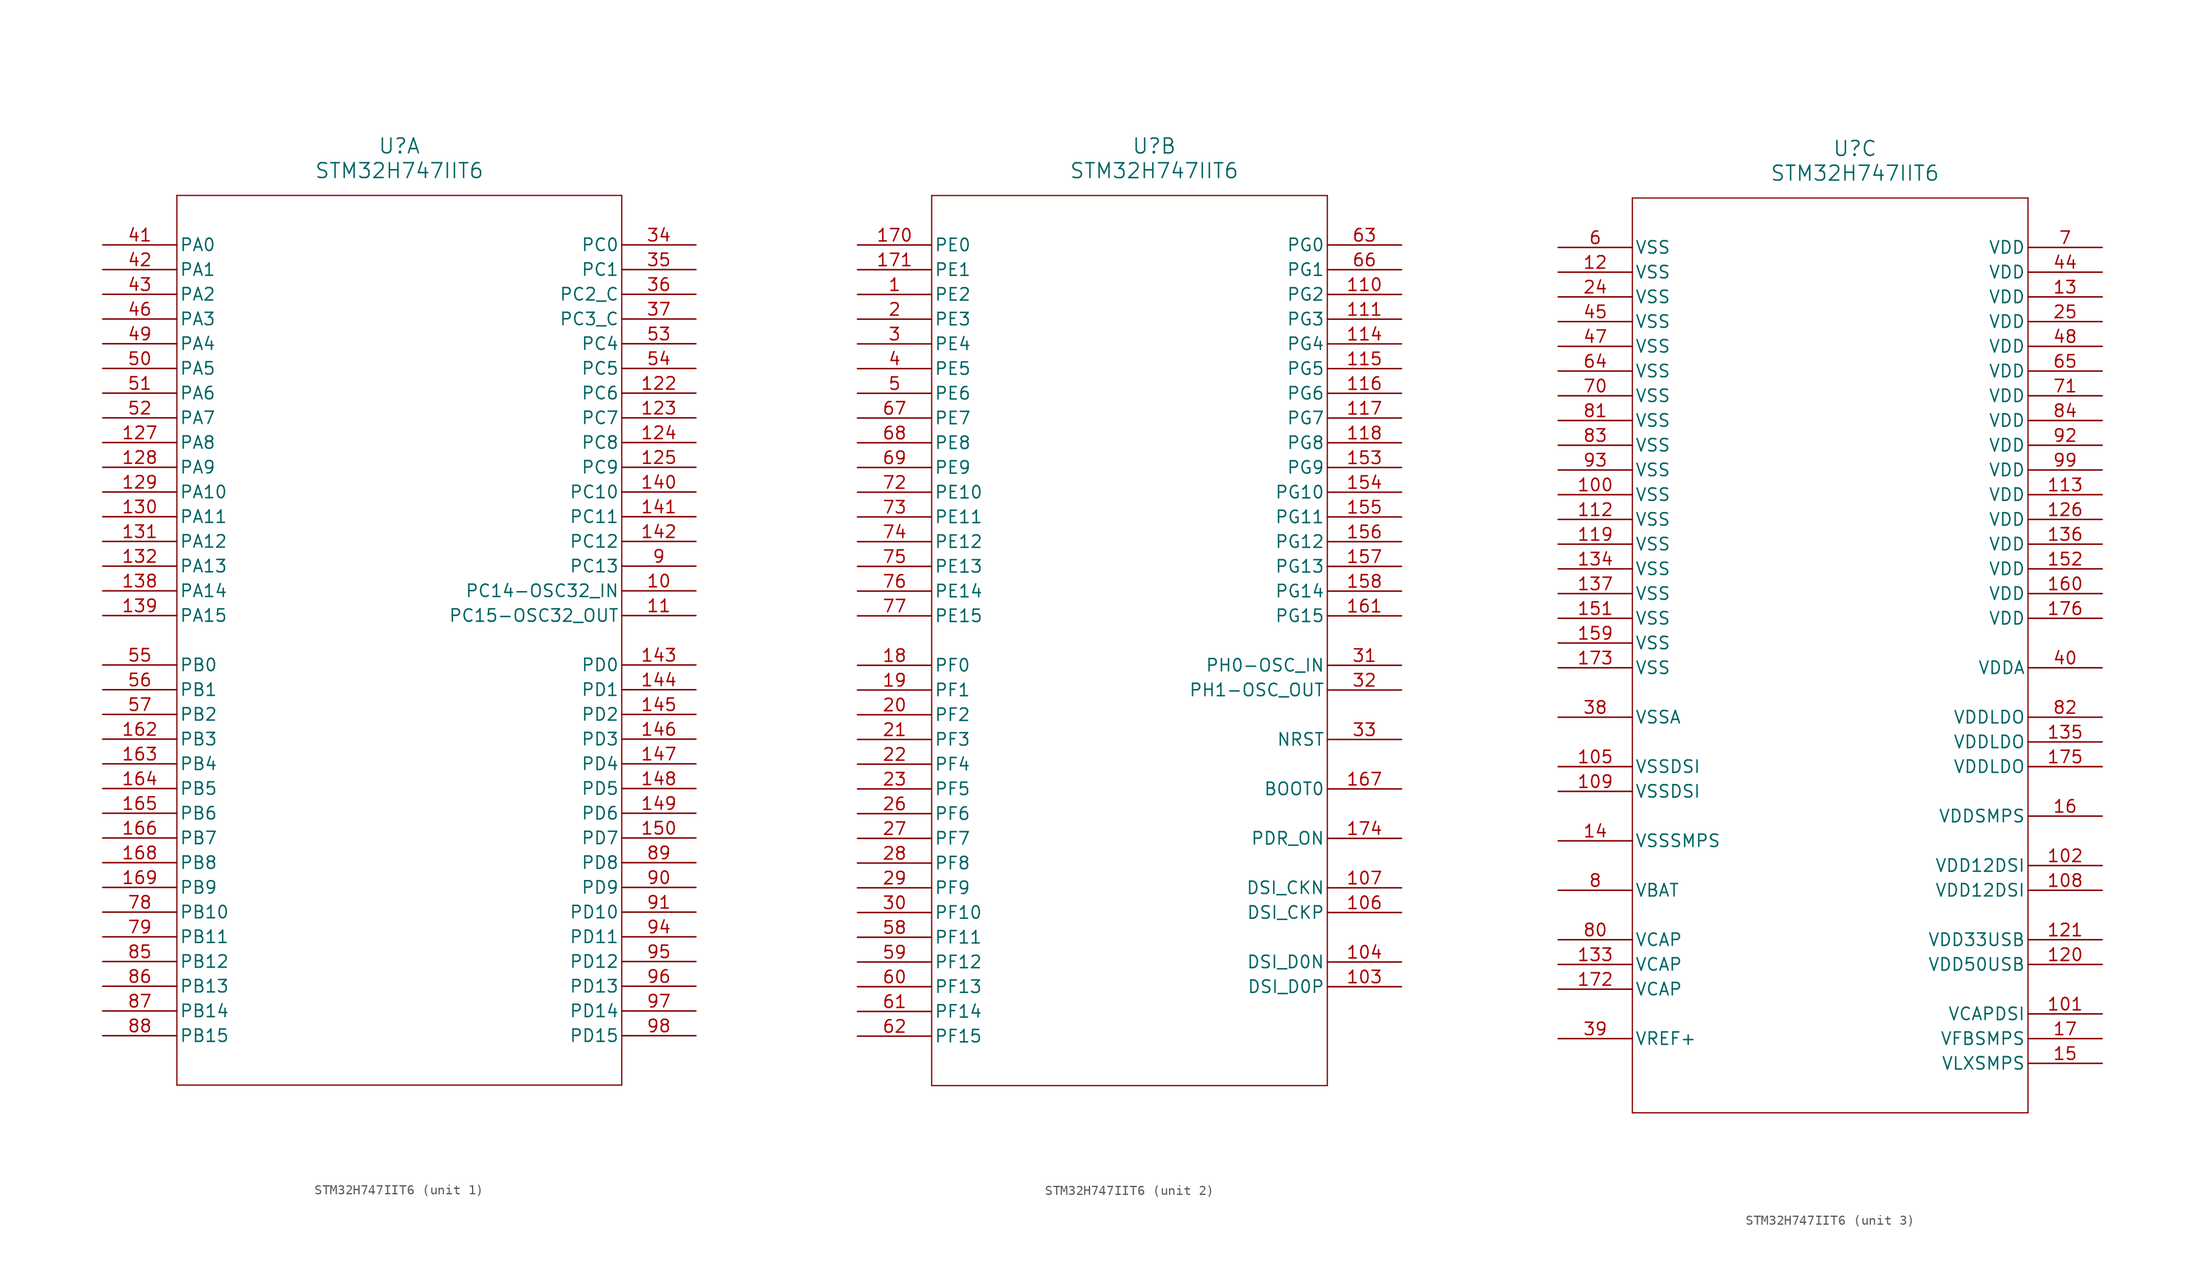
<source format=kicad_sym>
(kicad_symbol_lib
  (version 20241209)
  (generator "kicad_symbol_editor")
  (generator_version "9.0")
  (symbol "STM32H747IIT6"
    (pin_names
      (offset 0.254))
    (property "Reference" "U"
      (at 30.48 10.16 0)
      (effects (font (size 1.524 1.524))))
    (property "Value" "STM32H747IIT6"
      (at 30.48 7.62 0)
      (effects (font (size 1.524 1.524))))
    (property "ki_locked" ""
      (at 0 0 0)
      (effects (font (size 1.27 1.27))))
    (symbol "STM32H747IIT6_1_1"
      (polyline (pts (xy 7.62 5.08) (xy 7.62 -86.36)) (stroke (width 0.127) (type default)) (fill (type none)))
      (polyline (pts (xy 7.62 -86.36) (xy 53.34 -86.36)) (stroke (width 0.127) (type default)) (fill (type none)))
      (polyline (pts (xy 53.34 5.08) (xy 7.62 5.08)) (stroke (width 0.127) (type default)) (fill (type none)))
      (polyline (pts (xy 53.34 -86.36) (xy 53.34 5.08)) (stroke (width 0.127) (type default)) (fill (type none)))
      (pin bidirectional line (at 0 0 0) (length 7.62) (name "PA0" (effects (font (size 1.27 1.27)))) (number "41" (effects (font (size 1.27 1.27)))))
      (pin bidirectional line (at 0 -2.54 0) (length 7.62) (name "PA1" (effects (font (size 1.27 1.27)))) (number "42" (effects (font (size 1.27 1.27)))))
      (pin bidirectional line (at 0 -5.08 0) (length 7.62) (name "PA2" (effects (font (size 1.27 1.27)))) (number "43" (effects (font (size 1.27 1.27)))))
      (pin bidirectional line (at 0 -7.62 0) (length 7.62) (name "PA3" (effects (font (size 1.27 1.27)))) (number "46" (effects (font (size 1.27 1.27)))))
      (pin bidirectional line (at 0 -10.16 0) (length 7.62) (name "PA4" (effects (font (size 1.27 1.27)))) (number "49" (effects (font (size 1.27 1.27)))))
      (pin bidirectional line (at 0 -12.7 0) (length 7.62) (name "PA5" (effects (font (size 1.27 1.27)))) (number "50" (effects (font (size 1.27 1.27)))))
      (pin bidirectional line (at 0 -15.24 0) (length 7.62) (name "PA6" (effects (font (size 1.27 1.27)))) (number "51" (effects (font (size 1.27 1.27)))))
      (pin bidirectional line (at 0 -17.78 0) (length 7.62) (name "PA7" (effects (font (size 1.27 1.27)))) (number "52" (effects (font (size 1.27 1.27)))))
      (pin bidirectional line (at 0 -20.32 0) (length 7.62) (name "PA8" (effects (font (size 1.27 1.27)))) (number "127" (effects (font (size 1.27 1.27)))))
      (pin bidirectional line (at 0 -22.86 0) (length 7.62) (name "PA9" (effects (font (size 1.27 1.27)))) (number "128" (effects (font (size 1.27 1.27)))))
      (pin bidirectional line (at 0 -25.4 0) (length 7.62) (name "PA10" (effects (font (size 1.27 1.27)))) (number "129" (effects (font (size 1.27 1.27)))))
      (pin bidirectional line (at 0 -27.94 0) (length 7.62) (name "PA11" (effects (font (size 1.27 1.27)))) (number "130" (effects (font (size 1.27 1.27)))))
      (pin bidirectional line (at 0 -30.48 0) (length 7.62) (name "PA12" (effects (font (size 1.27 1.27)))) (number "131" (effects (font (size 1.27 1.27)))))
      (pin bidirectional line (at 0 -33.02 0) (length 7.62) (name "PA13" (effects (font (size 1.27 1.27)))) (number "132" (effects (font (size 1.27 1.27)))))
      (pin bidirectional line (at 0 -35.56 0) (length 7.62) (name "PA14" (effects (font (size 1.27 1.27)))) (number "138" (effects (font (size 1.27 1.27)))))
      (pin bidirectional line (at 0 -38.1 0) (length 7.62) (name "PA15" (effects (font (size 1.27 1.27)))) (number "139" (effects (font (size 1.27 1.27)))))
      (pin bidirectional line (at 0 -43.18 0) (length 7.62) (name "PB0" (effects (font (size 1.27 1.27)))) (number "55" (effects (font (size 1.27 1.27)))))
      (pin bidirectional line (at 0 -45.72 0) (length 7.62) (name "PB1" (effects (font (size 1.27 1.27)))) (number "56" (effects (font (size 1.27 1.27)))))
      (pin bidirectional line (at 0 -48.26 0) (length 7.62) (name "PB2" (effects (font (size 1.27 1.27)))) (number "57" (effects (font (size 1.27 1.27)))))
      (pin bidirectional line (at 0 -50.8 0) (length 7.62) (name "PB3" (effects (font (size 1.27 1.27)))) (number "162" (effects (font (size 1.27 1.27)))))
      (pin bidirectional line (at 0 -53.34 0) (length 7.62) (name "PB4" (effects (font (size 1.27 1.27)))) (number "163" (effects (font (size 1.27 1.27)))))
      (pin bidirectional line (at 0 -55.88 0) (length 7.62) (name "PB5" (effects (font (size 1.27 1.27)))) (number "164" (effects (font (size 1.27 1.27)))))
      (pin bidirectional line (at 0 -58.42 0) (length 7.62) (name "PB6" (effects (font (size 1.27 1.27)))) (number "165" (effects (font (size 1.27 1.27)))))
      (pin bidirectional line (at 0 -60.96 0) (length 7.62) (name "PB7" (effects (font (size 1.27 1.27)))) (number "166" (effects (font (size 1.27 1.27)))))
      (pin bidirectional line (at 0 -63.5 0) (length 7.62) (name "PB8" (effects (font (size 1.27 1.27)))) (number "168" (effects (font (size 1.27 1.27)))))
      (pin bidirectional line (at 0 -66.04 0) (length 7.62) (name "PB9" (effects (font (size 1.27 1.27)))) (number "169" (effects (font (size 1.27 1.27)))))
      (pin bidirectional line (at 0 -68.58 0) (length 7.62) (name "PB10" (effects (font (size 1.27 1.27)))) (number "78" (effects (font (size 1.27 1.27)))))
      (pin bidirectional line (at 0 -71.12 0) (length 7.62) (name "PB11" (effects (font (size 1.27 1.27)))) (number "79" (effects (font (size 1.27 1.27)))))
      (pin bidirectional line (at 0 -73.66 0) (length 7.62) (name "PB12" (effects (font (size 1.27 1.27)))) (number "85" (effects (font (size 1.27 1.27)))))
      (pin bidirectional line (at 0 -76.2 0) (length 7.62) (name "PB13" (effects (font (size 1.27 1.27)))) (number "86" (effects (font (size 1.27 1.27)))))
      (pin bidirectional line (at 0 -78.74 0) (length 7.62) (name "PB14" (effects (font (size 1.27 1.27)))) (number "87" (effects (font (size 1.27 1.27)))))
      (pin bidirectional line (at 0 -81.28 0) (length 7.62) (name "PB15" (effects (font (size 1.27 1.27)))) (number "88" (effects (font (size 1.27 1.27)))))
      (pin bidirectional line (at 60.96 0 180) (length 7.62) (name "PC0" (effects (font (size 1.27 1.27)))) (number "34" (effects (font (size 1.27 1.27)))))
      (pin bidirectional line (at 60.96 -2.54 180) (length 7.62) (name "PC1" (effects (font (size 1.27 1.27)))) (number "35" (effects (font (size 1.27 1.27)))))
      (pin bidirectional line (at 60.96 -5.08 180) (length 7.62) (name "PC2_C" (effects (font (size 1.27 1.27)))) (number "36" (effects (font (size 1.27 1.27)))))
      (pin bidirectional line (at 60.96 -7.62 180) (length 7.62) (name "PC3_C" (effects (font (size 1.27 1.27)))) (number "37" (effects (font (size 1.27 1.27)))))
      (pin bidirectional line (at 60.96 -10.16 180) (length 7.62) (name "PC4" (effects (font (size 1.27 1.27)))) (number "53" (effects (font (size 1.27 1.27)))))
      (pin bidirectional line (at 60.96 -12.7 180) (length 7.62) (name "PC5" (effects (font (size 1.27 1.27)))) (number "54" (effects (font (size 1.27 1.27)))))
      (pin bidirectional line (at 60.96 -15.24 180) (length 7.62) (name "PC6" (effects (font (size 1.27 1.27)))) (number "122" (effects (font (size 1.27 1.27)))))
      (pin bidirectional line (at 60.96 -17.78 180) (length 7.62) (name "PC7" (effects (font (size 1.27 1.27)))) (number "123" (effects (font (size 1.27 1.27)))))
      (pin bidirectional line (at 60.96 -20.32 180) (length 7.62) (name "PC8" (effects (font (size 1.27 1.27)))) (number "124" (effects (font (size 1.27 1.27)))))
      (pin bidirectional line (at 60.96 -22.86 180) (length 7.62) (name "PC9" (effects (font (size 1.27 1.27)))) (number "125" (effects (font (size 1.27 1.27)))))
      (pin bidirectional line (at 60.96 -25.4 180) (length 7.62) (name "PC10" (effects (font (size 1.27 1.27)))) (number "140" (effects (font (size 1.27 1.27)))))
      (pin bidirectional line (at 60.96 -27.94 180) (length 7.62) (name "PC11" (effects (font (size 1.27 1.27)))) (number "141" (effects (font (size 1.27 1.27)))))
      (pin bidirectional line (at 60.96 -30.48 180) (length 7.62) (name "PC12" (effects (font (size 1.27 1.27)))) (number "142" (effects (font (size 1.27 1.27)))))
      (pin bidirectional line (at 60.96 -33.02 180) (length 7.62) (name "PC13" (effects (font (size 1.27 1.27)))) (number "9" (effects (font (size 1.27 1.27)))))
      (pin bidirectional line (at 60.96 -35.56 180) (length 7.62) (name "PC14-OSC32_IN" (effects (font (size 1.27 1.27)))) (number "10" (effects (font (size 1.27 1.27)))))
      (pin bidirectional line (at 60.96 -38.1 180) (length 7.62) (name "PC15-OSC32_OUT" (effects (font (size 1.27 1.27)))) (number "11" (effects (font (size 1.27 1.27)))))
      (pin bidirectional line (at 60.96 -43.18 180) (length 7.62) (name "PD0" (effects (font (size 1.27 1.27)))) (number "143" (effects (font (size 1.27 1.27)))))
      (pin bidirectional line (at 60.96 -45.72 180) (length 7.62) (name "PD1" (effects (font (size 1.27 1.27)))) (number "144" (effects (font (size 1.27 1.27)))))
      (pin bidirectional line (at 60.96 -48.26 180) (length 7.62) (name "PD2" (effects (font (size 1.27 1.27)))) (number "145" (effects (font (size 1.27 1.27)))))
      (pin bidirectional line (at 60.96 -50.8 180) (length 7.62) (name "PD3" (effects (font (size 1.27 1.27)))) (number "146" (effects (font (size 1.27 1.27)))))
      (pin bidirectional line (at 60.96 -53.34 180) (length 7.62) (name "PD4" (effects (font (size 1.27 1.27)))) (number "147" (effects (font (size 1.27 1.27)))))
      (pin bidirectional line (at 60.96 -55.88 180) (length 7.62) (name "PD5" (effects (font (size 1.27 1.27)))) (number "148" (effects (font (size 1.27 1.27)))))
      (pin bidirectional line (at 60.96 -58.42 180) (length 7.62) (name "PD6" (effects (font (size 1.27 1.27)))) (number "149" (effects (font (size 1.27 1.27)))))
      (pin bidirectional line (at 60.96 -60.96 180) (length 7.62) (name "PD7" (effects (font (size 1.27 1.27)))) (number "150" (effects (font (size 1.27 1.27)))))
      (pin bidirectional line (at 60.96 -63.5 180) (length 7.62) (name "PD8" (effects (font (size 1.27 1.27)))) (number "89" (effects (font (size 1.27 1.27)))))
      (pin bidirectional line (at 60.96 -66.04 180) (length 7.62) (name "PD9" (effects (font (size 1.27 1.27)))) (number "90" (effects (font (size 1.27 1.27)))))
      (pin bidirectional line (at 60.96 -68.58 180) (length 7.62) (name "PD10" (effects (font (size 1.27 1.27)))) (number "91" (effects (font (size 1.27 1.27)))))
      (pin bidirectional line (at 60.96 -71.12 180) (length 7.62) (name "PD11" (effects (font (size 1.27 1.27)))) (number "94" (effects (font (size 1.27 1.27)))))
      (pin bidirectional line (at 60.96 -73.66 180) (length 7.62) (name "PD12" (effects (font (size 1.27 1.27)))) (number "95" (effects (font (size 1.27 1.27)))))
      (pin bidirectional line (at 60.96 -76.2 180) (length 7.62) (name "PD13" (effects (font (size 1.27 1.27)))) (number "96" (effects (font (size 1.27 1.27)))))
      (pin bidirectional line (at 60.96 -78.74 180) (length 7.62) (name "PD14" (effects (font (size 1.27 1.27)))) (number "97" (effects (font (size 1.27 1.27)))))
      (pin bidirectional line (at 60.96 -81.28 180) (length 7.62) (name "PD15" (effects (font (size 1.27 1.27)))) (number "98" (effects (font (size 1.27 1.27))))))
    (symbol "STM32H747IIT6_2_1"
      (polyline (pts (xy 7.62 5.08) (xy 7.62 -86.36)) (stroke (width 0.127) (type default)) (fill (type none)))
      (polyline (pts (xy 7.62 -86.36) (xy 48.26 -86.36)) (stroke (width 0.127) (type default)) (fill (type none)))
      (polyline (pts (xy 48.26 5.08) (xy 7.62 5.08)) (stroke (width 0.127) (type default)) (fill (type none)))
      (polyline (pts (xy 48.26 -86.36) (xy 48.26 5.08)) (stroke (width 0.127) (type default)) (fill (type none)))
      (pin bidirectional line (at 0 0 0) (length 7.62) (name "PE0" (effects (font (size 1.27 1.27)))) (number "170" (effects (font (size 1.27 1.27)))))
      (pin bidirectional line (at 0 -2.54 0) (length 7.62) (name "PE1" (effects (font (size 1.27 1.27)))) (number "171" (effects (font (size 1.27 1.27)))))
      (pin bidirectional line (at 0 -5.08 0) (length 7.62) (name "PE2" (effects (font (size 1.27 1.27)))) (number "1" (effects (font (size 1.27 1.27)))))
      (pin bidirectional line (at 0 -7.62 0) (length 7.62) (name "PE3" (effects (font (size 1.27 1.27)))) (number "2" (effects (font (size 1.27 1.27)))))
      (pin bidirectional line (at 0 -10.16 0) (length 7.62) (name "PE4" (effects (font (size 1.27 1.27)))) (number "3" (effects (font (size 1.27 1.27)))))
      (pin bidirectional line (at 0 -12.7 0) (length 7.62) (name "PE5" (effects (font (size 1.27 1.27)))) (number "4" (effects (font (size 1.27 1.27)))))
      (pin bidirectional line (at 0 -15.24 0) (length 7.62) (name "PE6" (effects (font (size 1.27 1.27)))) (number "5" (effects (font (size 1.27 1.27)))))
      (pin bidirectional line (at 0 -17.78 0) (length 7.62) (name "PE7" (effects (font (size 1.27 1.27)))) (number "67" (effects (font (size 1.27 1.27)))))
      (pin bidirectional line (at 0 -20.32 0) (length 7.62) (name "PE8" (effects (font (size 1.27 1.27)))) (number "68" (effects (font (size 1.27 1.27)))))
      (pin bidirectional line (at 0 -22.86 0) (length 7.62) (name "PE9" (effects (font (size 1.27 1.27)))) (number "69" (effects (font (size 1.27 1.27)))))
      (pin bidirectional line (at 0 -25.4 0) (length 7.62) (name "PE10" (effects (font (size 1.27 1.27)))) (number "72" (effects (font (size 1.27 1.27)))))
      (pin bidirectional line (at 0 -27.94 0) (length 7.62) (name "PE11" (effects (font (size 1.27 1.27)))) (number "73" (effects (font (size 1.27 1.27)))))
      (pin bidirectional line (at 0 -30.48 0) (length 7.62) (name "PE12" (effects (font (size 1.27 1.27)))) (number "74" (effects (font (size 1.27 1.27)))))
      (pin bidirectional line (at 0 -33.02 0) (length 7.62) (name "PE13" (effects (font (size 1.27 1.27)))) (number "75" (effects (font (size 1.27 1.27)))))
      (pin bidirectional line (at 0 -35.56 0) (length 7.62) (name "PE14" (effects (font (size 1.27 1.27)))) (number "76" (effects (font (size 1.27 1.27)))))
      (pin bidirectional line (at 0 -38.1 0) (length 7.62) (name "PE15" (effects (font (size 1.27 1.27)))) (number "77" (effects (font (size 1.27 1.27)))))
      (pin bidirectional line (at 0 -43.18 0) (length 7.62) (name "PF0" (effects (font (size 1.27 1.27)))) (number "18" (effects (font (size 1.27 1.27)))))
      (pin bidirectional line (at 0 -45.72 0) (length 7.62) (name "PF1" (effects (font (size 1.27 1.27)))) (number "19" (effects (font (size 1.27 1.27)))))
      (pin bidirectional line (at 0 -48.26 0) (length 7.62) (name "PF2" (effects (font (size 1.27 1.27)))) (number "20" (effects (font (size 1.27 1.27)))))
      (pin bidirectional line (at 0 -50.8 0) (length 7.62) (name "PF3" (effects (font (size 1.27 1.27)))) (number "21" (effects (font (size 1.27 1.27)))))
      (pin bidirectional line (at 0 -53.34 0) (length 7.62) (name "PF4" (effects (font (size 1.27 1.27)))) (number "22" (effects (font (size 1.27 1.27)))))
      (pin bidirectional line (at 0 -55.88 0) (length 7.62) (name "PF5" (effects (font (size 1.27 1.27)))) (number "23" (effects (font (size 1.27 1.27)))))
      (pin bidirectional line (at 0 -58.42 0) (length 7.62) (name "PF6" (effects (font (size 1.27 1.27)))) (number "26" (effects (font (size 1.27 1.27)))))
      (pin bidirectional line (at 0 -60.96 0) (length 7.62) (name "PF7" (effects (font (size 1.27 1.27)))) (number "27" (effects (font (size 1.27 1.27)))))
      (pin bidirectional line (at 0 -63.5 0) (length 7.62) (name "PF8" (effects (font (size 1.27 1.27)))) (number "28" (effects (font (size 1.27 1.27)))))
      (pin bidirectional line (at 0 -66.04 0) (length 7.62) (name "PF9" (effects (font (size 1.27 1.27)))) (number "29" (effects (font (size 1.27 1.27)))))
      (pin bidirectional line (at 0 -68.58 0) (length 7.62) (name "PF10" (effects (font (size 1.27 1.27)))) (number "30" (effects (font (size 1.27 1.27)))))
      (pin bidirectional line (at 0 -71.12 0) (length 7.62) (name "PF11" (effects (font (size 1.27 1.27)))) (number "58" (effects (font (size 1.27 1.27)))))
      (pin bidirectional line (at 0 -73.66 0) (length 7.62) (name "PF12" (effects (font (size 1.27 1.27)))) (number "59" (effects (font (size 1.27 1.27)))))
      (pin bidirectional line (at 0 -76.2 0) (length 7.62) (name "PF13" (effects (font (size 1.27 1.27)))) (number "60" (effects (font (size 1.27 1.27)))))
      (pin bidirectional line (at 0 -78.74 0) (length 7.62) (name "PF14" (effects (font (size 1.27 1.27)))) (number "61" (effects (font (size 1.27 1.27)))))
      (pin bidirectional line (at 0 -81.28 0) (length 7.62) (name "PF15" (effects (font (size 1.27 1.27)))) (number "62" (effects (font (size 1.27 1.27)))))
      (pin bidirectional line (at 55.88 0 180) (length 7.62) (name "PG0" (effects (font (size 1.27 1.27)))) (number "63" (effects (font (size 1.27 1.27)))))
      (pin bidirectional line (at 55.88 -2.54 180) (length 7.62) (name "PG1" (effects (font (size 1.27 1.27)))) (number "66" (effects (font (size 1.27 1.27)))))
      (pin bidirectional line (at 55.88 -5.08 180) (length 7.62) (name "PG2" (effects (font (size 1.27 1.27)))) (number "110" (effects (font (size 1.27 1.27)))))
      (pin bidirectional line (at 55.88 -7.62 180) (length 7.62) (name "PG3" (effects (font (size 1.27 1.27)))) (number "111" (effects (font (size 1.27 1.27)))))
      (pin bidirectional line (at 55.88 -10.16 180) (length 7.62) (name "PG4" (effects (font (size 1.27 1.27)))) (number "114" (effects (font (size 1.27 1.27)))))
      (pin bidirectional line (at 55.88 -12.7 180) (length 7.62) (name "PG5" (effects (font (size 1.27 1.27)))) (number "115" (effects (font (size 1.27 1.27)))))
      (pin bidirectional line (at 55.88 -15.24 180) (length 7.62) (name "PG6" (effects (font (size 1.27 1.27)))) (number "116" (effects (font (size 1.27 1.27)))))
      (pin bidirectional line (at 55.88 -17.78 180) (length 7.62) (name "PG7" (effects (font (size 1.27 1.27)))) (number "117" (effects (font (size 1.27 1.27)))))
      (pin bidirectional line (at 55.88 -20.32 180) (length 7.62) (name "PG8" (effects (font (size 1.27 1.27)))) (number "118" (effects (font (size 1.27 1.27)))))
      (pin bidirectional line (at 55.88 -22.86 180) (length 7.62) (name "PG9" (effects (font (size 1.27 1.27)))) (number "153" (effects (font (size 1.27 1.27)))))
      (pin bidirectional line (at 55.88 -25.4 180) (length 7.62) (name "PG10" (effects (font (size 1.27 1.27)))) (number "154" (effects (font (size 1.27 1.27)))))
      (pin bidirectional line (at 55.88 -27.94 180) (length 7.62) (name "PG11" (effects (font (size 1.27 1.27)))) (number "155" (effects (font (size 1.27 1.27)))))
      (pin bidirectional line (at 55.88 -30.48 180) (length 7.62) (name "PG12" (effects (font (size 1.27 1.27)))) (number "156" (effects (font (size 1.27 1.27)))))
      (pin bidirectional line (at 55.88 -33.02 180) (length 7.62) (name "PG13" (effects (font (size 1.27 1.27)))) (number "157" (effects (font (size 1.27 1.27)))))
      (pin bidirectional line (at 55.88 -35.56 180) (length 7.62) (name "PG14" (effects (font (size 1.27 1.27)))) (number "158" (effects (font (size 1.27 1.27)))))
      (pin bidirectional line (at 55.88 -38.1 180) (length 7.62) (name "PG15" (effects (font (size 1.27 1.27)))) (number "161" (effects (font (size 1.27 1.27)))))
      (pin bidirectional line (at 55.88 -43.18 180) (length 7.62) (name "PH0-OSC_IN" (effects (font (size 1.27 1.27)))) (number "31" (effects (font (size 1.27 1.27)))))
      (pin bidirectional line (at 55.88 -45.72 180) (length 7.62) (name "PH1-OSC_OUT" (effects (font (size 1.27 1.27)))) (number "32" (effects (font (size 1.27 1.27)))))
      (pin bidirectional line (at 55.88 -50.8 180) (length 7.62) (name "NRST" (effects (font (size 1.27 1.27)))) (number "33" (effects (font (size 1.27 1.27)))))
      (pin input line (at 55.88 -55.88 180) (length 7.62) (name "BOOT0" (effects (font (size 1.27 1.27)))) (number "167" (effects (font (size 1.27 1.27)))))
      (pin bidirectional line (at 55.88 -60.96 180) (length 7.62) (name "PDR_ON" (effects (font (size 1.27 1.27)))) (number "174" (effects (font (size 1.27 1.27)))))
      (pin bidirectional line (at 55.88 -66.04 180) (length 7.62) (name "DSI_CKN" (effects (font (size 1.27 1.27)))) (number "107" (effects (font (size 1.27 1.27)))))
      (pin bidirectional line (at 55.88 -68.58 180) (length 7.62) (name "DSI_CKP" (effects (font (size 1.27 1.27)))) (number "106" (effects (font (size 1.27 1.27)))))
      (pin bidirectional line (at 55.88 -73.66 180) (length 7.62) (name "DSI_D0N" (effects (font (size 1.27 1.27)))) (number "104" (effects (font (size 1.27 1.27)))))
      (pin bidirectional line (at 55.88 -76.2 180) (length 7.62) (name "DSI_D0P" (effects (font (size 1.27 1.27)))) (number "103" (effects (font (size 1.27 1.27))))))
    (symbol "STM32H747IIT6_3_1"
      (polyline (pts (xy 7.62 5.08) (xy 7.62 -88.9)) (stroke (width 0.127) (type default)) (fill (type none)))
      (polyline (pts (xy 7.62 -88.9) (xy 48.26 -88.9)) (stroke (width 0.127) (type default)) (fill (type none)))
      (polyline (pts (xy 48.26 5.08) (xy 7.62 5.08)) (stroke (width 0.127) (type default)) (fill (type none)))
      (polyline (pts (xy 48.26 -88.9) (xy 48.26 5.08)) (stroke (width 0.127) (type default)) (fill (type none)))
      (pin power_in line (at 0 0 0) (length 7.62) (name "VSS" (effects (font (size 1.27 1.27)))) (number "6" (effects (font (size 1.27 1.27)))))
      (pin power_in line (at 0 -2.54 0) (length 7.62) (name "VSS" (effects (font (size 1.27 1.27)))) (number "12" (effects (font (size 1.27 1.27)))))
      (pin power_in line (at 0 -5.08 0) (length 7.62) (name "VSS" (effects (font (size 1.27 1.27)))) (number "24" (effects (font (size 1.27 1.27)))))
      (pin power_in line (at 0 -7.62 0) (length 7.62) (name "VSS" (effects (font (size 1.27 1.27)))) (number "45" (effects (font (size 1.27 1.27)))))
      (pin power_in line (at 0 -10.16 0) (length 7.62) (name "VSS" (effects (font (size 1.27 1.27)))) (number "47" (effects (font (size 1.27 1.27)))))
      (pin power_in line (at 0 -12.7 0) (length 7.62) (name "VSS" (effects (font (size 1.27 1.27)))) (number "64" (effects (font (size 1.27 1.27)))))
      (pin power_in line (at 0 -15.24 0) (length 7.62) (name "VSS" (effects (font (size 1.27 1.27)))) (number "70" (effects (font (size 1.27 1.27)))))
      (pin power_in line (at 0 -17.78 0) (length 7.62) (name "VSS" (effects (font (size 1.27 1.27)))) (number "81" (effects (font (size 1.27 1.27)))))
      (pin power_in line (at 0 -20.32 0) (length 7.62) (name "VSS" (effects (font (size 1.27 1.27)))) (number "83" (effects (font (size 1.27 1.27)))))
      (pin power_in line (at 0 -22.86 0) (length 7.62) (name "VSS" (effects (font (size 1.27 1.27)))) (number "93" (effects (font (size 1.27 1.27)))))
      (pin power_in line (at 0 -25.4 0) (length 7.62) (name "VSS" (effects (font (size 1.27 1.27)))) (number "100" (effects (font (size 1.27 1.27)))))
      (pin power_in line (at 0 -27.94 0) (length 7.62) (name "VSS" (effects (font (size 1.27 1.27)))) (number "112" (effects (font (size 1.27 1.27)))))
      (pin power_in line (at 0 -30.48 0) (length 7.62) (name "VSS" (effects (font (size 1.27 1.27)))) (number "119" (effects (font (size 1.27 1.27)))))
      (pin power_in line (at 0 -33.02 0) (length 7.62) (name "VSS" (effects (font (size 1.27 1.27)))) (number "134" (effects (font (size 1.27 1.27)))))
      (pin power_in line (at 0 -35.56 0) (length 7.62) (name "VSS" (effects (font (size 1.27 1.27)))) (number "137" (effects (font (size 1.27 1.27)))))
      (pin power_in line (at 0 -38.1 0) (length 7.62) (name "VSS" (effects (font (size 1.27 1.27)))) (number "151" (effects (font (size 1.27 1.27)))))
      (pin power_in line (at 0 -40.64 0) (length 7.62) (name "VSS" (effects (font (size 1.27 1.27)))) (number "159" (effects (font (size 1.27 1.27)))))
      (pin power_in line (at 0 -43.18 0) (length 7.62) (name "VSS" (effects (font (size 1.27 1.27)))) (number "173" (effects (font (size 1.27 1.27)))))
      (pin power_in line (at 0 -48.26 0) (length 7.62) (name "VSSA" (effects (font (size 1.27 1.27)))) (number "38" (effects (font (size 1.27 1.27)))))
      (pin power_in line (at 0 -53.34 0) (length 7.62) (name "VSSDSI" (effects (font (size 1.27 1.27)))) (number "105" (effects (font (size 1.27 1.27)))))
      (pin power_in line (at 0 -55.88 0) (length 7.62) (name "VSSDSI" (effects (font (size 1.27 1.27)))) (number "109" (effects (font (size 1.27 1.27)))))
      (pin power_in line (at 0 -60.96 0) (length 7.62) (name "VSSSMPS" (effects (font (size 1.27 1.27)))) (number "14" (effects (font (size 1.27 1.27)))))
      (pin power_in line (at 0 -66.04 0) (length 7.62) (name "VBAT" (effects (font (size 1.27 1.27)))) (number "8" (effects (font (size 1.27 1.27)))))
      (pin power_in line (at 0 -71.12 0) (length 7.62) (name "VCAP" (effects (font (size 1.27 1.27)))) (number "80" (effects (font (size 1.27 1.27)))))
      (pin power_in line (at 0 -73.66 0) (length 7.62) (name "VCAP" (effects (font (size 1.27 1.27)))) (number "133" (effects (font (size 1.27 1.27)))))
      (pin power_in line (at 0 -76.2 0) (length 7.62) (name "VCAP" (effects (font (size 1.27 1.27)))) (number "172" (effects (font (size 1.27 1.27)))))
      (pin power_in line (at 0 -81.28 0) (length 7.62) (name "VREF+" (effects (font (size 1.27 1.27)))) (number "39" (effects (font (size 1.27 1.27)))))
      (pin power_in line (at 55.88 0 180) (length 7.62) (name "VDD" (effects (font (size 1.27 1.27)))) (number "7" (effects (font (size 1.27 1.27)))))
      (pin power_in line (at 55.88 -2.54 180) (length 7.62) (name "VDD" (effects (font (size 1.27 1.27)))) (number "44" (effects (font (size 1.27 1.27)))))
      (pin power_in line (at 55.88 -5.08 180) (length 7.62) (name "VDD" (effects (font (size 1.27 1.27)))) (number "13" (effects (font (size 1.27 1.27)))))
      (pin power_in line (at 55.88 -7.62 180) (length 7.62) (name "VDD" (effects (font (size 1.27 1.27)))) (number "25" (effects (font (size 1.27 1.27)))))
      (pin power_in line (at 55.88 -10.16 180) (length 7.62) (name "VDD" (effects (font (size 1.27 1.27)))) (number "48" (effects (font (size 1.27 1.27)))))
      (pin power_in line (at 55.88 -12.7 180) (length 7.62) (name "VDD" (effects (font (size 1.27 1.27)))) (number "65" (effects (font (size 1.27 1.27)))))
      (pin power_in line (at 55.88 -15.24 180) (length 7.62) (name "VDD" (effects (font (size 1.27 1.27)))) (number "71" (effects (font (size 1.27 1.27)))))
      (pin power_in line (at 55.88 -17.78 180) (length 7.62) (name "VDD" (effects (font (size 1.27 1.27)))) (number "84" (effects (font (size 1.27 1.27)))))
      (pin power_in line (at 55.88 -20.32 180) (length 7.62) (name "VDD" (effects (font (size 1.27 1.27)))) (number "92" (effects (font (size 1.27 1.27)))))
      (pin power_in line (at 55.88 -22.86 180) (length 7.62) (name "VDD" (effects (font (size 1.27 1.27)))) (number "99" (effects (font (size 1.27 1.27)))))
      (pin power_in line (at 55.88 -25.4 180) (length 7.62) (name "VDD" (effects (font (size 1.27 1.27)))) (number "113" (effects (font (size 1.27 1.27)))))
      (pin power_in line (at 55.88 -27.94 180) (length 7.62) (name "VDD" (effects (font (size 1.27 1.27)))) (number "126" (effects (font (size 1.27 1.27)))))
      (pin power_in line (at 55.88 -30.48 180) (length 7.62) (name "VDD" (effects (font (size 1.27 1.27)))) (number "136" (effects (font (size 1.27 1.27)))))
      (pin power_in line (at 55.88 -33.02 180) (length 7.62) (name "VDD" (effects (font (size 1.27 1.27)))) (number "152" (effects (font (size 1.27 1.27)))))
      (pin power_in line (at 55.88 -35.56 180) (length 7.62) (name "VDD" (effects (font (size 1.27 1.27)))) (number "160" (effects (font (size 1.27 1.27)))))
      (pin power_in line (at 55.88 -38.1 180) (length 7.62) (name "VDD" (effects (font (size 1.27 1.27)))) (number "176" (effects (font (size 1.27 1.27)))))
      (pin power_in line (at 55.88 -43.18 180) (length 7.62) (name "VDDA" (effects (font (size 1.27 1.27)))) (number "40" (effects (font (size 1.27 1.27)))))
      (pin power_in line (at 55.88 -48.26 180) (length 7.62) (name "VDDLDO" (effects (font (size 1.27 1.27)))) (number "82" (effects (font (size 1.27 1.27)))))
      (pin power_in line (at 55.88 -50.8 180) (length 7.62) (name "VDDLDO" (effects (font (size 1.27 1.27)))) (number "135" (effects (font (size 1.27 1.27)))))
      (pin power_in line (at 55.88 -53.34 180) (length 7.62) (name "VDDLDO" (effects (font (size 1.27 1.27)))) (number "175" (effects (font (size 1.27 1.27)))))
      (pin power_in line (at 55.88 -58.42 180) (length 7.62) (name "VDDSMPS" (effects (font (size 1.27 1.27)))) (number "16" (effects (font (size 1.27 1.27)))))
      (pin power_in line (at 55.88 -63.5 180) (length 7.62) (name "VDD12DSI" (effects (font (size 1.27 1.27)))) (number "102" (effects (font (size 1.27 1.27)))))
      (pin power_in line (at 55.88 -66.04 180) (length 7.62) (name "VDD12DSI" (effects (font (size 1.27 1.27)))) (number "108" (effects (font (size 1.27 1.27)))))
      (pin power_in line (at 55.88 -71.12 180) (length 7.62) (name "VDD33USB" (effects (font (size 1.27 1.27)))) (number "121" (effects (font (size 1.27 1.27)))))
      (pin power_in line (at 55.88 -73.66 180) (length 7.62) (name "VDD50USB" (effects (font (size 1.27 1.27)))) (number "120" (effects (font (size 1.27 1.27)))))
      (pin power_in line (at 55.88 -78.74 180) (length 7.62) (name "VCAPDSI" (effects (font (size 1.27 1.27)))) (number "101" (effects (font (size 1.27 1.27)))))
      (pin power_in line (at 55.88 -81.28 180) (length 7.62) (name "VFBSMPS" (effects (font (size 1.27 1.27)))) (number "17" (effects (font (size 1.27 1.27)))))
      (pin power_in line (at 55.88 -83.82 180) (length 7.62) (name "VLXSMPS" (effects (font (size 1.27 1.27)))) (number "15" (effects (font (size 1.27 1.27))))))))
</source>
